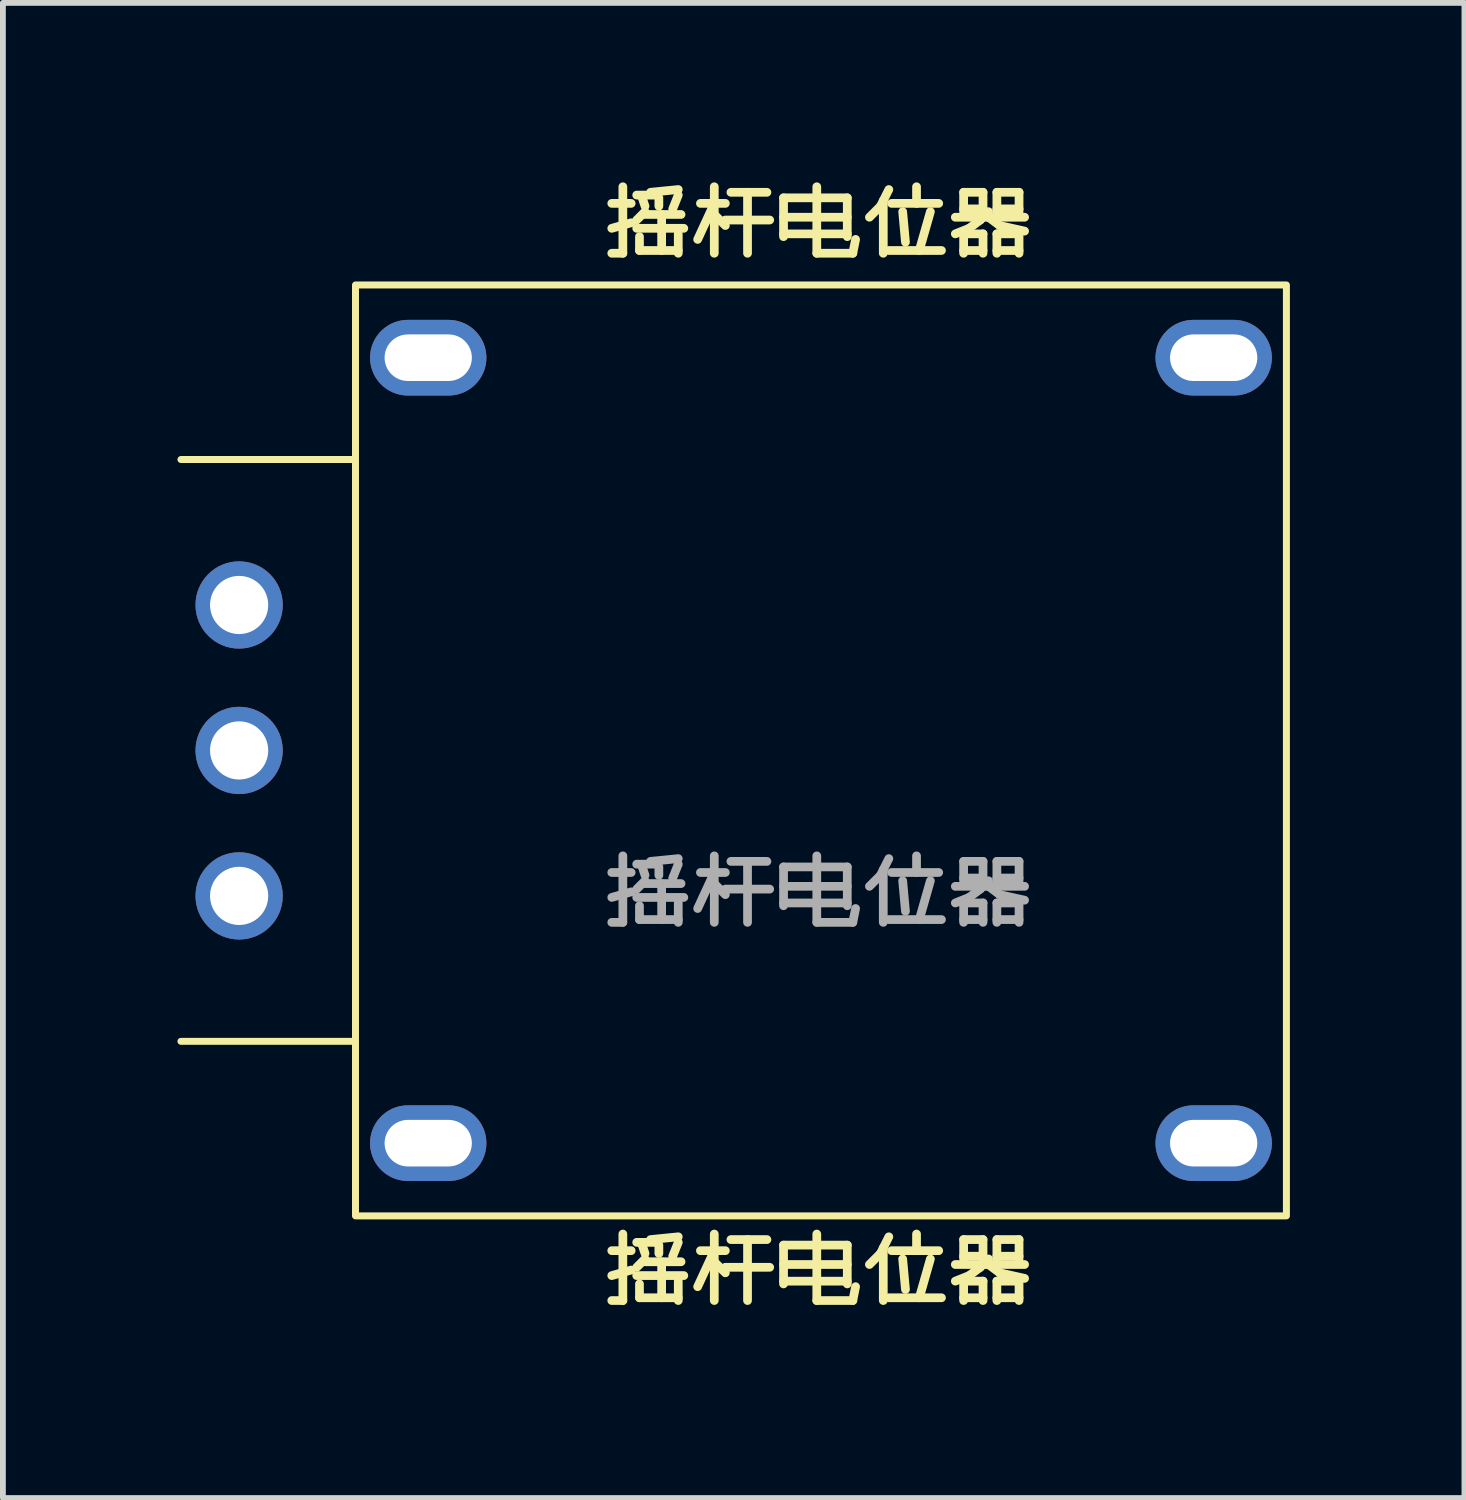
<source format=kicad_pcb>
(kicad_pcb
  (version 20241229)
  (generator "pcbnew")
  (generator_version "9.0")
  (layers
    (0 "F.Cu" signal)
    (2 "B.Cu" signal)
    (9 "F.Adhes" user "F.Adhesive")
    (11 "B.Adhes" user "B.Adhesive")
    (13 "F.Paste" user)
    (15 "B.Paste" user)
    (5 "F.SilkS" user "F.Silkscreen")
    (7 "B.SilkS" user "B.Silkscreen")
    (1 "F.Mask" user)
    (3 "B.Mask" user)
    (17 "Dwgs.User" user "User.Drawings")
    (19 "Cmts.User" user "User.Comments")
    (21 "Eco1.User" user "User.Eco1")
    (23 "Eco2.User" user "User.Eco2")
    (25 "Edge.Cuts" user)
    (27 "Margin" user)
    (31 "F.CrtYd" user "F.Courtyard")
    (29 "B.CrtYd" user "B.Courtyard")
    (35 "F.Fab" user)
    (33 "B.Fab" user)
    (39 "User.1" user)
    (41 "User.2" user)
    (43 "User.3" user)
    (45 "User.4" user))
  (footprint "摇杆电位器"
    (layer "F.Cu")
    (at 11.06 9.848)
    (property "Reference" "摇杆电位器" (at 0 -9 0) (unlocked yes) (layer "F.SilkS") (effects (font (size 1 1) (thickness 0.15))))
    (attr through_hole)
    (fp_line (start -11 5) (end -8 5) (stroke (width 0.12) (type solid)) (layer "F.SilkS"))
    (fp_line (start -8 -5) (end -11 -5) (stroke (width 0.12) (type solid)) (layer "F.SilkS"))
    (fp_rect (start -8 -8) (end 8 8) (stroke (width 0.12) (type solid)) (fill no) (layer "F.SilkS"))
    (fp_text user "摇杆电位器" (at 0 9 0) (unlocked yes) (layer "F.SilkS") (effects (font (size 1 1) (thickness 0.15))))
    (fp_text user "${REFERENCE}" (at 0 2.5 0) (unlocked yes) (layer "F.Fab") (effects (font (size 1 1) (thickness 0.15))))
    (pad "1" thru_hole circle (at -10 -2.5) (size 1.5 1.5) (drill 1) (layers "*.Cu" "*.Mask"))
    (pad "2" thru_hole circle (at -10 0) (size 1.5 1.5) (drill 1) (layers "*.Cu" "*.Mask"))
    (pad "3" thru_hole circle (at -10 2.5) (size 1.5 1.5) (drill 1) (layers "*.Cu" "*.Mask"))
    (pad "4" thru_hole oval (at -6.75 -6.75) (size 2 1.3) (drill oval 1.5 0.8) (layers "*.Cu" "*.Mask"))
    (pad "4" thru_hole oval (at -6.75 6.75) (size 2 1.3) (drill oval 1.5 0.8) (layers "*.Cu" "*.Mask"))
    (pad "4" thru_hole oval (at 6.75 -6.75) (size 2 1.3) (drill oval 1.5 0.8) (layers "*.Cu" "*.Mask"))
    (pad "4" thru_hole oval (at 6.75 6.75) (size 2 1.3) (drill oval 1.5 0.8) (layers "*.Cu" "*.Mask")))
  (gr_rect
    (start -3 -3)
    (end 22.12 22.697)
    (stroke (width 0.1) (type default))
    (fill no)
    (layer "Edge.Cuts")))
</source>
